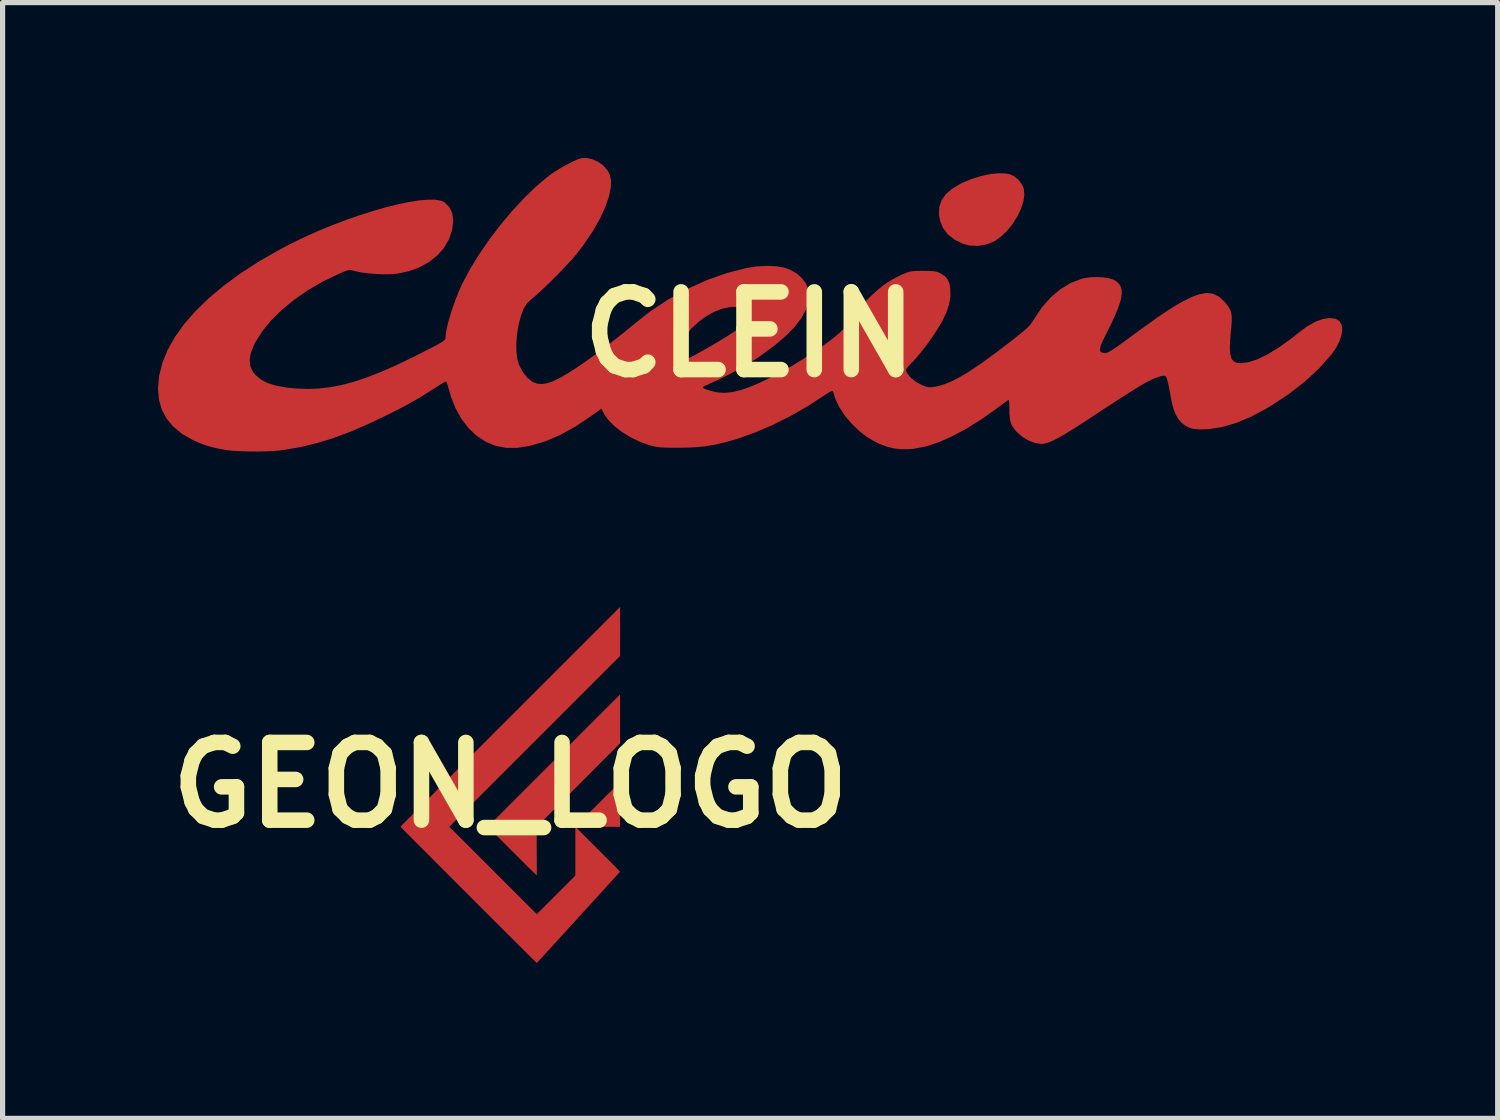
<source format=kicad_pcb>
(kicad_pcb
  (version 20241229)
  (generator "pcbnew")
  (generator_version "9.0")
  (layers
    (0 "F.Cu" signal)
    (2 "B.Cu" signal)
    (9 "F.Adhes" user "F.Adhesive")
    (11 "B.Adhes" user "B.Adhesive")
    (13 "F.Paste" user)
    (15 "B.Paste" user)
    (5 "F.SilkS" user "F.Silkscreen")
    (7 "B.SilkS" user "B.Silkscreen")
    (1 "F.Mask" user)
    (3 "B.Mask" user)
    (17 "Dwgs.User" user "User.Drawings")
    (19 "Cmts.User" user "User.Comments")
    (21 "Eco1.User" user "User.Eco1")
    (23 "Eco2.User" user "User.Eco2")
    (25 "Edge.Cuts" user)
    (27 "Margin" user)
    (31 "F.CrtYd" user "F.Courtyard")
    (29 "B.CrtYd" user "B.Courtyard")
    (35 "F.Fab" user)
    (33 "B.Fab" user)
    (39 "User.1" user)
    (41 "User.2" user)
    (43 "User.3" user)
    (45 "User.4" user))
  (footprint "GEON_LOGO"
    (layer "F.Cu")
    (at 6.8 12.104)
    (property "Reference" "GEON_LOGO" (at 0 0 0) (layer "F.SilkS") (effects (font (size 1.5 1.5) (thickness 0.3))))
    (attr board_only exclude_from_pos_files exclude_from_bom)
    (fp_poly (pts (xy 2.12 -1.277) (xy 2.12 -0.805) (xy 1.314 0.003) (xy 0.509 0.811) (xy 0.511 1.279) (xy 0.511 1.334) (xy 0.512 1.387) (xy 0.512 1.439) (xy 0.512 1.487) (xy 0.512 1.533) (xy 0.512 1.575) (xy 0.512 1.613) (xy 0.512 1.648) (xy 0.512 1.678) (xy 0.512 1.703) (xy 0.512 1.722) (xy 0.511 1.737) (xy 0.511 1.745) (xy 0.511 1.747) (xy 0.508 1.744) (xy 0.501 1.738) (xy 0.49 1.726) (xy 0.475 1.711) (xy 0.455 1.692) (xy 0.433 1.67) (xy 0.407 1.644) (xy 0.377 1.615) (xy 0.345 1.583) (xy 0.31 1.548) (xy 0.273 1.511) (xy 0.233 1.471) (xy 0.192 1.43) (xy 0.148 1.387) (xy 0.103 1.342) (xy 0.057 1.295) (xy 0.037 1.276) (xy -0.433 0.805) (xy 0.843 -0.472) (xy 2.12 -1.748)) (stroke (width 0) (type solid)) (fill yes) (layers "F.Cu" "F.Mask"))
    (fp_poly (pts (xy 2.12 -2.965) (xy 2.12 -2.492) (xy 0.472 -0.843) (xy -1.177 0.805) (xy -0.333 1.649) (xy 0.512 2.493) (xy 0.884 2.121) (xy 1.257 1.748) (xy 1.257 1.277) (xy 1.257 0.805) (xy 1.688 0.373) (xy 2.12 -0.058) (xy 2.12 0.374) (xy 2.12 0.807) (xy 1.689 0.807) (xy 1.258 0.807) (xy 1.69 1.238) (xy 1.75 1.298) (xy 1.806 1.354) (xy 1.857 1.405) (xy 1.904 1.452) (xy 1.946 1.495) (xy 1.983 1.533) (xy 2.017 1.567) (xy 2.045 1.596) (xy 2.069 1.62) (xy 2.088 1.64) (xy 2.103 1.656) (xy 2.113 1.666) (xy 2.118 1.672) (xy 2.119 1.674) (xy 2.116 1.677) (xy 2.11 1.684) (xy 2.099 1.696) (xy 2.084 1.713) (xy 2.066 1.733) (xy 2.044 1.757) (xy 2.019 1.785) (xy 1.99 1.816) (xy 1.959 1.851) (xy 1.925 1.888) (xy 1.888 1.928) (xy 1.849 1.971) (xy 1.808 2.017) (xy 1.765 2.064) (xy 1.72 2.113) (xy 1.674 2.164) (xy 1.626 2.217) (xy 1.577 2.27) (xy 1.527 2.325) (xy 1.476 2.381) (xy 1.424 2.437) (xy 1.373 2.494) (xy 1.321 2.551) (xy 1.269 2.608) (xy 1.217 2.665) (xy 1.165 2.722) (xy 1.114 2.777) (xy 1.064 2.832) (xy 1.015 2.886) (xy 0.967 2.939) (xy 0.92 2.99) (xy 0.875 3.04) (xy 0.831 3.087) (xy 0.79 3.133) (xy 0.75 3.176) (xy 0.713 3.216) (xy 0.679 3.254) (xy 0.647 3.289) (xy 0.618 3.321) (xy 0.592 3.349) (xy 0.569 3.374) (xy 0.55 3.395) (xy 0.534 3.411) (xy 0.523 3.424) (xy 0.515 3.432) (xy 0.512 3.436) (xy 0.512 3.436) (xy 0.509 3.433) (xy 0.502 3.427) (xy 0.49 3.415) (xy 0.475 3.4) (xy 0.455 3.38) (xy 0.43 3.356) (xy 0.402 3.328) (xy 0.371 3.297) (xy 0.335 3.261) (xy 0.296 3.223) (xy 0.254 3.181) (xy 0.209 3.135) (xy 0.16 3.087) (xy 0.108 3.035) (xy 0.054 2.981) (xy -0.003 2.924) (xy -0.063 2.865) (xy -0.125 2.803) (xy -0.19 2.738) (xy -0.256 2.672) (xy -0.325 2.603) (xy -0.395 2.533) (xy -0.468 2.461) (xy -0.542 2.387) (xy -0.617 2.311) (xy -0.694 2.235) (xy -0.772 2.157) (xy -0.806 2.122) (xy -0.884 2.044) (xy -0.962 1.967) (xy -1.038 1.891) (xy -1.112 1.816) (xy -1.185 1.743) (xy -1.256 1.672) (xy -1.326 1.602) (xy -1.393 1.535) (xy -1.459 1.469) (xy -1.522 1.406) (xy -1.582 1.345) (xy -1.64 1.287) (xy -1.696 1.232) (xy -1.749 1.179) (xy -1.798 1.129) (xy -1.845 1.082) (xy -1.889 1.038) (xy -1.929 0.998) (xy -1.966 0.961) (xy -1.999 0.927) (xy -2.028 0.898) (xy -2.054 0.872) (xy -2.076 0.85) (xy -2.093 0.833) (xy -2.106 0.819) (xy -2.115 0.81) (xy -2.12 0.806) (xy -2.12 0.805) (xy -2.118 0.802) (xy -2.111 0.795) (xy -2.099 0.784) (xy -2.083 0.768) (xy -2.063 0.747) (xy -2.039 0.723) (xy -2.011 0.694) (xy -1.978 0.662) (xy -1.942 0.625) (xy -1.902 0.585) (xy -1.858 0.541) (xy -1.811 0.494) (xy -1.76 0.443) (xy -1.706 0.389) (xy -1.649 0.332) (xy -1.588 0.271) (xy -1.525 0.208) (xy -1.458 0.141) (xy -1.389 0.072) (xy -1.317 -0.000253) (xy -1.243 -0.075) (xy -1.166 -0.152) (xy -1.086 -0.232) (xy -1.005 -0.313) (xy -0.921 -0.397) (xy -0.835 -0.483) (xy -0.747 -0.571) (xy -0.657 -0.661) (xy -0.565 -0.753) (xy -0.472 -0.846) (xy -0.377 -0.941) (xy -0.281 -1.038) (xy -0.183 -1.135) (xy -0.084 -1.234) (xy 0 -1.318) (xy 2.12 -3.438)) (stroke (width 0) (type solid)) (fill yes) (layers "F.Cu" "F.Mask")))
  (footprint "CLEIN"
    (layer "F.Cu")
    (at 11.419 3.406)
    (property "Reference" "CLEIN" (at 0 0 0) (layer "F.SilkS") (effects (font (size 1.5 1.5) (thickness 0.3))))
    (attr board_only exclude_from_pos_files exclude_from_bom)
    (fp_poly (pts (xy 4.957 -3.106) (xy 5.027 -3.092) (xy 5.114 -3.05) (xy 5.196 -2.979) (xy 5.261 -2.892) (xy 5.294 -2.817) (xy 5.305 -2.699) (xy 5.286 -2.565) (xy 5.238 -2.421) (xy 5.167 -2.274) (xy 5.077 -2.131) (xy 4.971 -2) (xy 4.853 -1.888) (xy 4.727 -1.8) (xy 4.712 -1.792) (xy 4.566 -1.735) (xy 4.406 -1.71) (xy 4.246 -1.717) (xy 4.127 -1.748) (xy 3.96 -1.828) (xy 3.829 -1.93) (xy 3.734 -2.055) (xy 3.676 -2.203) (xy 3.657 -2.312) (xy 3.662 -2.456) (xy 3.705 -2.587) (xy 3.788 -2.706) (xy 3.911 -2.813) (xy 4.075 -2.911) (xy 4.105 -2.926) (xy 4.283 -3) (xy 4.466 -3.057) (xy 4.645 -3.095) (xy 4.812 -3.112)) (stroke (width 0) (type solid)) (fill yes) (layers "F.Cu" "F.Mask"))
    (fp_poly (pts (xy -3.03 -3.38) (xy -2.922 -3.332) (xy -2.835 -3.27) (xy -2.75 -3.179) (xy -2.697 -3.081) (xy -2.674 -2.97) (xy -2.679 -2.839) (xy -2.71 -2.68) (xy -2.71 -2.68) (xy -2.781 -2.465) (xy -2.888 -2.234) (xy -3.027 -1.991) (xy -3.196 -1.741) (xy -3.345 -1.547) (xy -3.42 -1.458) (xy -3.518 -1.351) (xy -3.63 -1.233) (xy -3.75 -1.11) (xy -3.871 -0.99) (xy -3.988 -0.878) (xy -4.092 -0.782) (xy -4.178 -0.708) (xy -4.21 -0.683) (xy -4.294 -0.603) (xy -4.358 -0.501) (xy -4.366 -0.484) (xy -4.42 -0.337) (xy -4.462 -0.172) (xy -4.489 0.003) (xy -4.502 0.178) (xy -4.5 0.341) (xy -4.481 0.484) (xy -4.453 0.58) (xy -4.381 0.719) (xy -4.294 0.831) (xy -4.197 0.91) (xy -4.177 0.921) (xy -4.098 0.95) (xy -4.011 0.958) (xy -3.913 0.943) (xy -3.799 0.905) (xy -3.666 0.842) (xy -3.51 0.752) (xy -3.327 0.635) (xy -3.319 0.629) (xy -3.186 0.537) (xy -3.03 0.426) (xy -2.931 0.353) (xy -1.323 0.353) (xy -1.322 0.429) (xy -1.318 0.488) (xy -1.312 0.516) (xy -1.312 0.517) (xy -1.288 0.512) (xy -1.233 0.488) (xy -1.152 0.448) (xy -1.049 0.393) (xy -0.929 0.328) (xy -0.798 0.254) (xy -0.661 0.173) (xy -0.598 0.136) (xy -0.427 0.032) (xy -0.293 -0.056) (xy -0.191 -0.13) (xy -0.122 -0.194) (xy -0.081 -0.25) (xy -0.067 -0.303) (xy -0.077 -0.354) (xy -0.11 -0.408) (xy -0.162 -0.465) (xy -0.204 -0.505) (xy -0.238 -0.526) (xy -0.281 -0.533) (xy -0.345 -0.531) (xy -0.377 -0.528) (xy -0.526 -0.498) (xy -0.684 -0.436) (xy -0.842 -0.348) (xy -0.99 -0.239) (xy -1.121 -0.116) (xy -1.224 0.014) (xy -1.267 0.087) (xy -1.301 0.166) (xy -1.318 0.243) (xy -1.323 0.338) (xy -1.323 0.353) (xy -2.931 0.353) (xy -2.862 0.302) (xy -2.692 0.172) (xy -2.527 0.044) (xy -2.378 -0.075) (xy -2.254 -0.178) (xy -2.241 -0.189) (xy -1.918 -0.445) (xy -1.568 -0.676) (xy -1.2 -0.878) (xy -0.82 -1.05) (xy -0.434 -1.186) (xy -0.056 -1.283) (xy 0.141 -1.313) (xy 0.333 -1.324) (xy 0.513 -1.316) (xy 0.672 -1.289) (xy 0.784 -1.25) (xy 0.907 -1.178) (xy 1.011 -1.087) (xy 1.086 -0.984) (xy 1.112 -0.927) (xy 1.142 -0.778) (xy 1.133 -0.625) (xy 1.084 -0.468) (xy 0.995 -0.306) (xy 0.865 -0.138) (xy 0.694 0.035) (xy 0.481 0.215) (xy 0.228 0.401) (xy 0.117 0.476) (xy -0.042 0.575) (xy -0.224 0.68) (xy -0.415 0.782) (xy -0.602 0.875) (xy -0.77 0.951) (xy -0.794 0.961) (xy -0.856 0.989) (xy -0.896 1.014) (xy -0.905 1.028) (xy -0.881 1.042) (xy -0.826 1.064) (xy -0.753 1.088) (xy -0.743 1.091) (xy -0.615 1.12) (xy -0.482 1.128) (xy -0.339 1.114) (xy -0.182 1.078) (xy -0.005 1.018) (xy 0.196 0.933) (xy 0.405 0.832) (xy 0.791 0.624) (xy 1.159 0.398) (xy 1.372 0.253) (xy 1.519 0.146) (xy 1.637 0.055) (xy 1.731 -0.025) (xy 1.808 -0.1) (xy 1.873 -0.177) (xy 1.934 -0.26) (xy 1.957 -0.294) (xy 2.052 -0.425) (xy 2.172 -0.565) (xy 2.306 -0.705) (xy 2.444 -0.835) (xy 2.576 -0.943) (xy 2.643 -0.991) (xy 2.74 -1.05) (xy 2.848 -1.11) (xy 2.945 -1.157) (xy 2.953 -1.16) (xy 3.023 -1.19) (xy 3.082 -1.209) (xy 3.142 -1.22) (xy 3.217 -1.225) (xy 3.317 -1.227) (xy 3.351 -1.227) (xy 3.463 -1.226) (xy 3.542 -1.222) (xy 3.6 -1.213) (xy 3.647 -1.198) (xy 3.685 -1.18) (xy 3.772 -1.123) (xy 3.828 -1.057) (xy 3.861 -0.97) (xy 3.875 -0.882) (xy 3.878 -0.737) (xy 3.854 -0.587) (xy 3.801 -0.428) (xy 3.719 -0.255) (xy 3.604 -0.063) (xy 3.555 0.011) (xy 3.424 0.197) (xy 3.299 0.357) (xy 3.171 0.505) (xy 3.111 0.568) (xy 3.057 0.626) (xy 3.028 0.663) (xy 3.019 0.691) (xy 3.028 0.72) (xy 3.039 0.742) (xy 3.105 0.83) (xy 3.208 0.912) (xy 3.326 0.977) (xy 3.404 1.008) (xy 3.469 1.02) (xy 3.543 1.016) (xy 3.55 1.015) (xy 3.661 0.993) (xy 3.78 0.956) (xy 3.909 0.901) (xy 4.052 0.827) (xy 4.212 0.733) (xy 4.39 0.615) (xy 4.591 0.474) (xy 4.817 0.306) (xy 5.055 0.123) (xy 5.176 0.029) (xy 5.268 -0.046) (xy 5.337 -0.105) (xy 5.389 -0.155) (xy 5.429 -0.202) (xy 5.463 -0.249) (xy 5.497 -0.304) (xy 5.498 -0.305) (xy 5.648 -0.527) (xy 5.817 -0.718) (xy 6.002 -0.874) (xy 6.2 -0.993) (xy 6.408 -1.073) (xy 6.47 -1.089) (xy 6.579 -1.104) (xy 6.703 -1.108) (xy 6.827 -1.102) (xy 6.938 -1.085) (xy 7.022 -1.059) (xy 7.033 -1.054) (xy 7.103 -1.008) (xy 7.152 -0.95) (xy 7.18 -0.878) (xy 7.186 -0.789) (xy 7.169 -0.68) (xy 7.129 -0.548) (xy 7.066 -0.389) (xy 6.979 -0.201) (xy 6.887 -0.016) (xy 6.824 0.111) (xy 6.783 0.205) (xy 6.764 0.272) (xy 6.765 0.317) (xy 6.787 0.344) (xy 6.828 0.357) (xy 6.839 0.359) (xy 6.865 0.36) (xy 6.893 0.355) (xy 6.927 0.342) (xy 6.971 0.318) (xy 7.031 0.28) (xy 7.109 0.227) (xy 7.21 0.154) (xy 7.338 0.06) (xy 7.441 -0.016) (xy 7.675 -0.186) (xy 7.879 -0.331) (xy 8.058 -0.453) (xy 8.216 -0.553) (xy 8.355 -0.633) (xy 8.48 -0.696) (xy 8.593 -0.745) (xy 8.696 -0.779) (xy 8.828 -0.802) (xy 8.947 -0.786) (xy 9.057 -0.732) (xy 9.163 -0.637) (xy 9.2 -0.593) (xy 9.247 -0.531) (xy 9.28 -0.473) (xy 9.3 -0.412) (xy 9.309 -0.338) (xy 9.308 -0.243) (xy 9.298 -0.119) (xy 9.291 -0.045) (xy 9.276 0.135) (xy 9.272 0.277) (xy 9.281 0.386) (xy 9.303 0.464) (xy 9.341 0.516) (xy 9.394 0.545) (xy 9.465 0.555) (xy 9.475 0.555) (xy 9.626 0.537) (xy 9.798 0.482) (xy 9.989 0.391) (xy 10.198 0.265) (xy 10.425 0.105) (xy 10.598 -0.032) (xy 10.764 -0.155) (xy 10.922 -0.244) (xy 11.07 -0.299) (xy 11.203 -0.318) (xy 11.317 -0.301) (xy 11.387 -0.258) (xy 11.429 -0.189) (xy 11.442 -0.098) (xy 11.428 0.01) (xy 11.388 0.131) (xy 11.321 0.26) (xy 11.229 0.391) (xy 10.995 0.655) (xy 10.72 0.91) (xy 10.407 1.153) (xy 10.057 1.383) (xy 9.965 1.437) (xy 9.678 1.59) (xy 9.4 1.706) (xy 9.134 1.785) (xy 8.881 1.826) (xy 8.832 1.83) (xy 8.683 1.833) (xy 8.566 1.822) (xy 8.472 1.795) (xy 8.392 1.748) (xy 8.333 1.696) (xy 8.276 1.629) (xy 8.229 1.551) (xy 8.19 1.453) (xy 8.156 1.329) (xy 8.124 1.172) (xy 8.114 1.111) (xy 8.094 1.006) (xy 8.074 0.916) (xy 8.055 0.85) (xy 8.039 0.816) (xy 8.039 0.815) (xy 8.016 0.799) (xy 7.984 0.797) (xy 7.932 0.809) (xy 7.887 0.823) (xy 7.833 0.842) (xy 7.772 0.868) (xy 7.702 0.902) (xy 7.619 0.947) (xy 7.52 1.005) (xy 7.402 1.078) (xy 7.261 1.167) (xy 7.094 1.274) (xy 6.897 1.402) (xy 6.725 1.515) (xy 6.514 1.654) (xy 6.334 1.77) (xy 6.183 1.865) (xy 6.057 1.942) (xy 5.952 2.001) (xy 5.865 2.046) (xy 5.793 2.078) (xy 5.731 2.098) (xy 5.678 2.11) (xy 5.628 2.113) (xy 5.625 2.113) (xy 5.503 2.094) (xy 5.375 2.043) (xy 5.254 1.967) (xy 5.148 1.873) (xy 5.07 1.767) (xy 5.049 1.724) (xy 5.028 1.642) (xy 5.017 1.522) (xy 5.016 1.45) (xy 5.014 1.366) (xy 5.01 1.302) (xy 5.004 1.267) (xy 5 1.263) (xy 4.978 1.278) (xy 4.928 1.313) (xy 4.859 1.364) (xy 4.778 1.424) (xy 4.775 1.427) (xy 4.473 1.64) (xy 4.183 1.821) (xy 3.906 1.969) (xy 3.644 2.084) (xy 3.399 2.163) (xy 3.172 2.207) (xy 3.084 2.214) (xy 2.926 2.216) (xy 2.785 2.2) (xy 2.648 2.165) (xy 2.5 2.107) (xy 2.412 2.065) (xy 2.259 1.974) (xy 2.108 1.855) (xy 1.965 1.715) (xy 1.838 1.564) (xy 1.735 1.408) (xy 1.661 1.256) (xy 1.644 1.206) (xy 1.626 1.145) (xy 1.613 1.1) (xy 1.61 1.093) (xy 1.589 1.09) (xy 1.537 1.116) (xy 1.454 1.169) (xy 1.436 1.181) (xy 1.126 1.383) (xy 0.799 1.57) (xy 0.464 1.739) (xy 0.132 1.883) (xy -0.188 1.999) (xy -0.274 2.026) (xy -0.489 2.086) (xy -0.681 2.13) (xy -0.862 2.16) (xy -1.048 2.178) (xy -1.253 2.186) (xy -1.366 2.187) (xy -1.512 2.187) (xy -1.624 2.185) (xy -1.71 2.18) (xy -1.781 2.173) (xy -1.843 2.162) (xy -1.907 2.145) (xy -1.93 2.139) (xy -2.116 2.073) (xy -2.295 1.986) (xy -2.461 1.884) (xy -2.607 1.771) (xy -2.725 1.653) (xy -2.809 1.533) (xy -2.815 1.522) (xy -2.86 1.432) (xy -3.061 1.577) (xy -3.365 1.78) (xy -3.659 1.943) (xy -3.946 2.065) (xy -4.226 2.148) (xy -4.484 2.19) (xy -4.696 2.19) (xy -4.898 2.151) (xy -5.088 2.074) (xy -5.263 1.96) (xy -5.421 1.813) (xy -5.559 1.633) (xy -5.676 1.424) (xy -5.769 1.186) (xy -5.804 1.061) (xy -5.826 0.987) (xy -5.845 0.933) (xy -5.86 0.908) (xy -5.862 0.907) (xy -5.887 0.919) (xy -5.938 0.949) (xy -6.008 0.992) (xy -6.062 1.026) (xy -6.208 1.12) (xy -6.34 1.203) (xy -6.469 1.278) (xy -6.604 1.354) (xy -6.756 1.434) (xy -6.933 1.524) (xy -6.993 1.554) (xy -7.361 1.73) (xy -7.705 1.878) (xy -8.032 2) (xy -8.347 2.097) (xy -8.657 2.172) (xy -8.967 2.226) (xy -9.071 2.24) (xy -9.189 2.251) (xy -9.335 2.257) (xy -9.497 2.26) (xy -9.665 2.259) (xy -9.827 2.254) (xy -9.971 2.246) (xy -10.086 2.234) (xy -10.107 2.231) (xy -10.294 2.196) (xy -10.454 2.155) (xy -10.602 2.103) (xy -10.749 2.037) (xy -10.957 1.917) (xy -11.125 1.778) (xy -11.256 1.622) (xy -11.348 1.446) (xy -11.402 1.252) (xy -11.419 1.049) (xy -11.398 0.801) (xy -11.335 0.55) (xy -11.232 0.297) (xy -11.089 0.045) (xy -10.908 -0.207) (xy -10.689 -0.457) (xy -10.434 -0.704) (xy -10.144 -0.946) (xy -9.82 -1.183) (xy -9.462 -1.414) (xy -9.072 -1.637) (xy -8.842 -1.758) (xy -8.585 -1.882) (xy -8.322 -2) (xy -8.054 -2.11) (xy -7.787 -2.211) (xy -7.523 -2.303) (xy -7.266 -2.384) (xy -7.02 -2.455) (xy -6.788 -2.512) (xy -6.573 -2.557) (xy -6.379 -2.587) (xy -6.209 -2.602) (xy -6.068 -2.601) (xy -5.958 -2.583) (xy -5.887 -2.55) (xy -5.795 -2.457) (xy -5.739 -2.342) (xy -5.72 -2.207) (xy -5.741 -2.017) (xy -5.8 -1.84) (xy -5.895 -1.676) (xy -6.022 -1.53) (xy -6.18 -1.403) (xy -6.363 -1.3) (xy -6.571 -1.222) (xy -6.799 -1.173) (xy -6.82 -1.17) (xy -6.937 -1.162) (xy -7.078 -1.161) (xy -7.231 -1.168) (xy -7.381 -1.182) (xy -7.516 -1.2) (xy -7.622 -1.224) (xy -7.628 -1.225) (xy -7.676 -1.239) (xy -7.715 -1.244) (xy -7.755 -1.239) (xy -7.807 -1.222) (xy -7.882 -1.19) (xy -7.926 -1.171) (xy -8.235 -1.022) (xy -8.523 -0.855) (xy -8.788 -0.672) (xy -9.025 -0.478) (xy -9.232 -0.274) (xy -9.404 -0.064) (xy -9.539 0.149) (xy -9.565 0.202) (xy -9.627 0.356) (xy -9.65 0.493) (xy -9.637 0.615) (xy -9.585 0.724) (xy -9.534 0.786) (xy -9.431 0.871) (xy -9.3 0.939) (xy -9.136 0.99) (xy -8.938 1.026) (xy -8.751 1.044) (xy -8.531 1.052) (xy -8.314 1.044) (xy -8.094 1.019) (xy -7.868 0.975) (xy -7.631 0.912) (xy -7.38 0.827) (xy -7.11 0.721) (xy -6.816 0.592) (xy -6.495 0.438) (xy -6.334 0.357) (xy -6.188 0.282) (xy -6.075 0.224) (xy -5.992 0.178) (xy -5.935 0.144) (xy -5.898 0.118) (xy -5.878 0.097) (xy -5.87 0.078) (xy -5.87 0.07) (xy -5.861 -0.031) (xy -5.835 -0.162) (xy -5.795 -0.315) (xy -5.743 -0.481) (xy -5.683 -0.653) (xy -5.616 -0.821) (xy -5.545 -0.979) (xy -5.538 -0.993) (xy -5.392 -1.266) (xy -5.219 -1.548) (xy -5.023 -1.832) (xy -4.811 -2.111) (xy -4.588 -2.377) (xy -4.359 -2.625) (xy -4.131 -2.847) (xy -3.907 -3.036) (xy -3.863 -3.07) (xy -3.765 -3.139) (xy -3.652 -3.209) (xy -3.534 -3.276) (xy -3.421 -3.334) (xy -3.322 -3.378) (xy -3.247 -3.403) (xy -3.237 -3.405) (xy -3.14 -3.406)) (stroke (width 0) (type solid)) (fill yes) (layers "F.Cu" "F.Mask")))
  (gr_rect
    (start -3 -3)
    (end 25.861 18.54)
    (stroke (width 0.1) (type default))
    (fill no)
    (layer "Edge.Cuts")))
</source>
